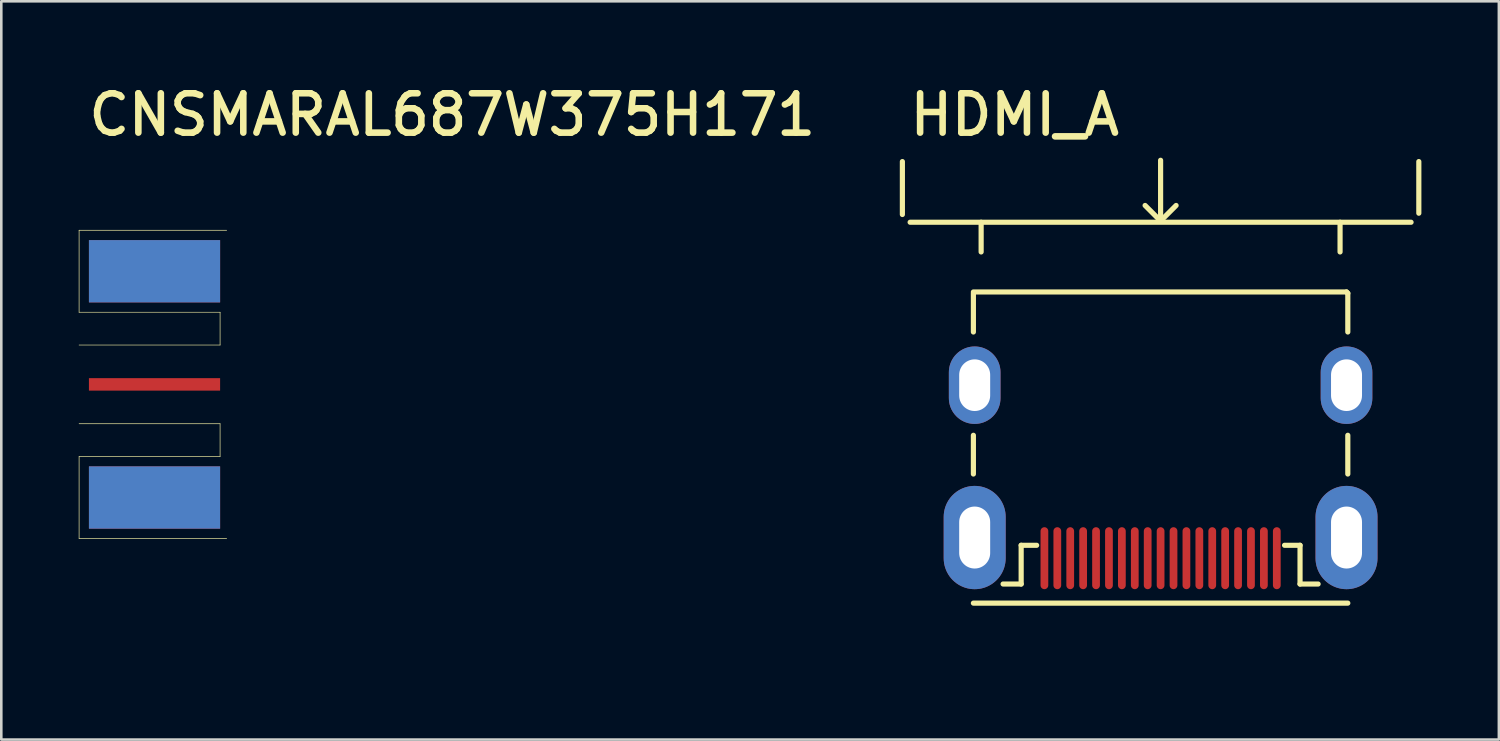
<source format=kicad_pcb>
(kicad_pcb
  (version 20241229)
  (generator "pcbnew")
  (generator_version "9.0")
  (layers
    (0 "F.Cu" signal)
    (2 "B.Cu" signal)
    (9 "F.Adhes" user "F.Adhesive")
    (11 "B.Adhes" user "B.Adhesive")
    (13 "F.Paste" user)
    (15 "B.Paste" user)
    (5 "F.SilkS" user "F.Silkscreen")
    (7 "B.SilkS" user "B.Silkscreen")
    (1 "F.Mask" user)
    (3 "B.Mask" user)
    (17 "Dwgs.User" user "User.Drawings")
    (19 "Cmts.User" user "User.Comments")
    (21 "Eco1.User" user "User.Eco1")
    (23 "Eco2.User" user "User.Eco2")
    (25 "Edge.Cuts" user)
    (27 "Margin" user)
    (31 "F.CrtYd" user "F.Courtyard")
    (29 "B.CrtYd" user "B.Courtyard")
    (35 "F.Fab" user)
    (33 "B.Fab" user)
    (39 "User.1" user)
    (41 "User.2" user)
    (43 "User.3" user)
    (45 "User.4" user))
  (footprint "HDMI_A"
    (layer "F.Cu")
    (at 41.896 18.567)
    (property "Reference" "HDMI_A" (at -9.843 -16.281 0) (unlocked yes) (layer "F.SilkS") (effects (font (size 1.524 1.524) (thickness 0.254)) (justify left bottom)))
    (fp_line (start -10 -13.31) (end -10 -15.36) (stroke (width 0.2) (type solid)) (layer "F.SilkS"))
    (fp_line (start -9.7 -13.01) (end 9.7 -13.01) (stroke (width 0.2) (type solid)) (layer "F.SilkS"))
    (fp_line (start -7.25 -10.31) (end 7.2 -10.31) (stroke (width 0.2) (type solid)) (layer "F.SilkS"))
    (fp_line (start -7.25 -8.76) (end -7.25 -10.26) (stroke (width 0.2) (type solid)) (layer "F.SilkS"))
    (fp_line (start -7.25 -3.26) (end -7.25 -4.76) (stroke (width 0.2) (type solid)) (layer "F.SilkS"))
    (fp_line (start -7.25 1.74) (end 7.25 1.74) (stroke (width 0.2) (type solid)) (layer "F.SilkS"))
    (fp_line (start -6.95 -11.86) (end -6.95 -13.01) (stroke (width 0.2) (type solid)) (layer "F.SilkS"))
    (fp_line (start -6.1 1) (end -5.4 1) (stroke (width 0.2) (type solid)) (layer "F.SilkS"))
    (fp_line (start -5.4 -0.5) (end -4.8 -0.5) (stroke (width 0.2) (type solid)) (layer "F.SilkS"))
    (fp_line (start -5.4 1) (end -5.4 -0.5) (stroke (width 0.2) (type solid)) (layer "F.SilkS"))
    (fp_line (start -0.6 -13.66) (end 0.000011 -13.06) (stroke (width 0.2) (type solid)) (layer "F.SilkS"))
    (fp_line (start 0.000011 -13.06) (end 0.000011 -15.41) (stroke (width 0.2) (type solid)) (layer "F.SilkS"))
    (fp_line (start 0.000011 -13.06) (end 0.6 -13.66) (stroke (width 0.2) (type solid)) (layer "F.SilkS"))
    (fp_line (start 4.8 -0.5) (end 5.4 -0.5) (stroke (width 0.2) (type solid)) (layer "F.SilkS"))
    (fp_line (start 5.4 1) (end 5.4 -0.5) (stroke (width 0.2) (type solid)) (layer "F.SilkS"))
    (fp_line (start 5.4 1) (end 6.1 1) (stroke (width 0.2) (type solid)) (layer "F.SilkS"))
    (fp_line (start 6.95 -11.86) (end 6.95 -13.01) (stroke (width 0.2) (type solid)) (layer "F.SilkS"))
    (fp_line (start 7.2 -10.31) (end 7.25 -10.26) (stroke (width 0.2) (type solid)) (layer "F.SilkS"))
    (fp_line (start 7.25 -4.76) (end 7.25 -3.26) (stroke (width 0.2) (type solid)) (layer "F.SilkS"))
    (fp_line (start 7.25 -8.76) (end 7.25 -10.26) (stroke (width 0.2) (type solid)) (layer "F.SilkS"))
    (fp_line (start 10 -13.36) (end 10 -15.36) (stroke (width 0.2) (type solid)) (layer "F.SilkS"))
    (fp_text user "${REFERENCE}" (at -4.1 -6.46 270) (unlocked yes) (layer "Eco1.User") (effects (font (size 1.524 1.524) (thickness 0.254))))
    (pad "1" smd oval (at -4.5 0) (size 0.3 2.4) (layers "F.Cu" "F.Mask" "F.Paste"))
    (pad "2" smd oval (at -4 0) (size 0.3 2.4) (layers "F.Cu" "F.Mask" "F.Paste"))
    (pad "3" smd oval (at -3.5 0) (size 0.3 2.4) (layers "F.Cu" "F.Mask" "F.Paste"))
    (pad "4" smd oval (at -3 0) (size 0.3 2.4) (layers "F.Cu" "F.Mask" "F.Paste"))
    (pad "5" smd oval (at -2.5 0) (size 0.3 2.4) (layers "F.Cu" "F.Mask" "F.Paste"))
    (pad "6" smd oval (at -2 0) (size 0.3 2.4) (layers "F.Cu" "F.Mask" "F.Paste"))
    (pad "7" smd oval (at -1.5 0) (size 0.3 2.4) (layers "F.Cu" "F.Mask" "F.Paste"))
    (pad "8" smd oval (at -1 0) (size 0.3 2.4) (layers "F.Cu" "F.Mask" "F.Paste"))
    (pad "9" smd oval (at -0.5 0) (size 0.3 2.4) (layers "F.Cu" "F.Mask" "F.Paste"))
    (pad "10" smd oval (at 0 0) (size 0.3 2.4) (layers "F.Cu" "F.Mask" "F.Paste"))
    (pad "11" smd oval (at 0.5 0) (size 0.3 2.4) (layers "F.Cu" "F.Mask" "F.Paste"))
    (pad "12" smd oval (at 1 0) (size 0.3 2.4) (layers "F.Cu" "F.Mask" "F.Paste"))
    (pad "13" smd oval (at 1.5 0) (size 0.3 2.4) (layers "F.Cu" "F.Mask" "F.Paste"))
    (pad "14" smd oval (at 2 0) (size 0.3 2.4) (layers "F.Cu" "F.Mask" "F.Paste"))
    (pad "15" smd oval (at 2.5 0) (size 0.3 2.4) (layers "F.Cu" "F.Mask" "F.Paste"))
    (pad "16" smd oval (at 3 0) (size 0.3 2.4) (layers "F.Cu" "F.Mask" "F.Paste"))
    (pad "17" smd oval (at 3.5 0) (size 0.3 2.4) (layers "F.Cu" "F.Mask" "F.Paste"))
    (pad "18" smd oval (at 4 0) (size 0.3 2.4) (layers "F.Cu" "F.Mask" "F.Paste"))
    (pad "19" smd oval (at 4.5 0) (size 0.3 2.4) (layers "F.Cu" "F.Mask" "F.Paste"))
    (pad "SH1" thru_hole oval (at -7.2 -0.8) (size 2.4 4) (drill oval 1.2 2.4) (layers "*.Cu" "*.Mask"))
    (pad "SH2" thru_hole oval (at 7.2 -0.8 180) (size 2.4 4) (drill oval 1.2 2.4) (layers "*.Cu" "*.Mask"))
    (pad "SH3" thru_hole oval (at -7.2 -6.7) (size 2 3) (drill oval 1.2 2) (layers "*.Cu" "*.Mask"))
    (pad "SH4" thru_hole oval (at 7.2 -6.7) (size 2 3) (drill oval 1.2 2) (layers "*.Cu" "*.Mask")))
  (footprint "CNSMARAL687W375H171"
    (layer "F.Cu")
    (at 2.87 11.836)
    (property "Reference" "CNSMARAL687W375H171" (at -2.616 -9.55 0) (unlocked yes) (layer "F.SilkS") (effects (font (size 1.524 1.524) (thickness 0.254)) (justify left bottom)))
    (fp_line (start -2.857 -5.969) (end 2.857 -5.969) (stroke (width 0.025) (type solid)) (layer "F.SilkS"))
    (fp_line (start -2.857 -2.794) (end -2.857 -5.969) (stroke (width 0.025) (type solid)) (layer "F.SilkS"))
    (fp_line (start -2.857 -2.794) (end 2.603 -2.794) (stroke (width 0.025) (type solid)) (layer "F.SilkS"))
    (fp_line (start -2.857 -1.524) (end 2.603 -1.524) (stroke (width 0.025) (type solid)) (layer "F.SilkS"))
    (fp_line (start -2.857 1.524) (end 2.603 1.524) (stroke (width 0.025) (type solid)) (layer "F.SilkS"))
    (fp_line (start -2.857 2.794) (end 2.603 2.794) (stroke (width 0.025) (type solid)) (layer "F.SilkS"))
    (fp_line (start -2.857 5.969) (end -2.857 2.794) (stroke (width 0.025) (type solid)) (layer "F.SilkS"))
    (fp_line (start -2.857 5.969) (end 2.857 5.969) (stroke (width 0.025) (type solid)) (layer "F.SilkS"))
    (fp_line (start 2.603 -1.524) (end 2.603 -2.794) (stroke (width 0.025) (type solid)) (layer "F.SilkS"))
    (fp_line (start 2.603 2.794) (end 2.603 1.524) (stroke (width 0.025) (type solid)) (layer "F.SilkS"))
    (fp_line (start -1.892 -4.763) (end 4.508 -4.763) (stroke (width 0.025) (type solid)) (layer "Eco1.User"))
    (fp_line (start -1.892 -3.747) (end -1.892 -4.763) (stroke (width 0.025) (type solid)) (layer "Eco1.User"))
    (fp_line (start -1.892 -3.747) (end 2.857 -3.747) (stroke (width 0.025) (type solid)) (layer "Eco1.User"))
    (fp_line (start -1.892 -0.381) (end 2.857 -0.381) (stroke (width 0.025) (type solid)) (layer "Eco1.User"))
    (fp_line (start -1.892 -0.381) (end 2.857 -0.381) (stroke (width 0.025) (type solid)) (layer "Eco1.User"))
    (fp_line (start -1.892 0.381) (end -1.892 -0.381) (stroke (width 0.025) (type solid)) (layer "Eco1.User"))
    (fp_line (start -1.892 0.381) (end 2.857 0.381) (stroke (width 0.025) (type solid)) (layer "Eco1.User"))
    (fp_line (start -1.892 0.381) (end 2.857 0.381) (stroke (width 0.025) (type solid)) (layer "Eco1.User"))
    (fp_line (start -1.892 3.747) (end 2.857 3.747) (stroke (width 0.025) (type solid)) (layer "Eco1.User"))
    (fp_line (start -1.892 4.763) (end -1.892 3.747) (stroke (width 0.025) (type solid)) (layer "Eco1.User"))
    (fp_line (start -1.892 4.763) (end 2.857 4.763) (stroke (width 0.025) (type solid)) (layer "Eco1.User"))
    (fp_line (start -1.892 4.763) (end 4.508 4.763) (stroke (width 0.025) (type solid)) (layer "Eco1.User"))
    (fp_line (start 2.857 -0.381) (end 2.857 -3.747) (stroke (width 0.025) (type solid)) (layer "Eco1.User"))
    (fp_line (start 2.857 -0.381) (end 2.857 -0.635) (stroke (width 0.025) (type solid)) (layer "Eco1.User"))
    (fp_line (start 2.857 3.747) (end 2.857 0.381) (stroke (width 0.025) (type solid)) (layer "Eco1.User"))
    (fp_line (start 2.857 6.774) (end 4.072 8.275) (stroke (width 0.025) (type solid)) (layer "Eco1.User"))
    (fp_line (start 2.857 6.774) (end 4.493 7.8) (stroke (width 0.025) (type solid)) (layer "Eco1.User"))
    (fp_line (start 2.857 6.774) (end 5.245 8.89) (stroke (width 0.025) (type solid)) (layer "Eco1.User"))
    (fp_line (start 2.857 7.62) (end 2.857 -7.62) (stroke (width 0.025) (type solid)) (layer "Eco1.User"))
    (fp_line (start 4.072 8.275) (end 4.493 7.8) (stroke (width 0.025) (type solid)) (layer "Eco1.User"))
    (fp_line (start 4.508 -2.54) (end 5.905 -2.54) (stroke (width 0.025) (type solid)) (layer "Eco1.User"))
    (fp_line (start 4.508 2.54) (end 5.905 2.54) (stroke (width 0.025) (type solid)) (layer "Eco1.User"))
    (fp_line (start 4.508 4.763) (end 4.508 -4.763) (stroke (width 0.025) (type solid)) (layer "Eco1.User"))
    (fp_line (start 5.245 8.89) (end 7.785 8.89) (stroke (width 0.025) (type solid)) (layer "Eco1.User"))
    (fp_line (start 5.905 -2.54) (end 6.54 -3.175) (stroke (width 0.025) (type solid)) (layer "Eco1.User"))
    (fp_line (start 5.905 -1.905) (end 5.905 -2.54) (stroke (width 0.025) (type solid)) (layer "Eco1.User"))
    (fp_line (start 5.905 2.54) (end 5.905 -1.905) (stroke (width 0.025) (type solid)) (layer "Eco1.User"))
    (fp_line (start 5.905 2.54) (end 6.54 3.175) (stroke (width 0.025) (type solid)) (layer "Eco1.User"))
    (fp_line (start 6.54 -3.175) (end 7.176 -2.52) (stroke (width 0.025) (type solid)) (layer "Eco1.User"))
    (fp_line (start 6.54 -3.175) (end 7.176 2.522) (stroke (width 0.025) (type solid)) (layer "Eco1.User"))
    (fp_line (start 6.54 3.175) (end 6.54 -3.175) (stroke (width 0.025) (type solid)) (layer "Eco1.User"))
    (fp_line (start 6.54 3.175) (end 7.176 2.522) (stroke (width 0.025) (type solid)) (layer "Eco1.User"))
    (fp_line (start 7.176 -2.52) (end 7.684 -3.175) (stroke (width 0.025) (type solid)) (layer "Eco1.User"))
    (fp_line (start 7.176 2.522) (end 7.176 -2.52) (stroke (width 0.025) (type solid)) (layer "Eco1.User"))
    (fp_line (start 7.176 2.522) (end 7.684 -3.175) (stroke (width 0.025) (type solid)) (layer "Eco1.User"))
    (fp_line (start 7.176 2.522) (end 7.684 3.175) (stroke (width 0.025) (type solid)) (layer "Eco1.User"))
    (fp_line (start 7.684 -5.524) (end 8.191 -5.524) (stroke (width 0.025) (type solid)) (layer "Eco1.User"))
    (fp_line (start 7.684 5.524) (end 7.684 -5.524) (stroke (width 0.025) (type solid)) (layer "Eco1.User"))
    (fp_line (start 7.684 5.524) (end 8.191 5.524) (stroke (width 0.025) (type solid)) (layer "Eco1.User"))
    (fp_line (start 8.191 5.524) (end 8.191 -5.524) (stroke (width 0.025) (type solid)) (layer "Eco1.User"))
    (fp_line (start 8.572 -5.016) (end 9.207 -5.016) (stroke (width 0.025) (type solid)) (layer "Eco1.User"))
    (fp_line (start 8.572 -2.667) (end 9.207 -2.667) (stroke (width 0.025) (type solid)) (layer "Eco1.User"))
    (fp_line (start 8.572 2.667) (end 9.207 2.667) (stroke (width 0.025) (type solid)) (layer "Eco1.User"))
    (fp_line (start 8.572 5.016) (end 9.207 5.016) (stroke (width 0.025) (type solid)) (layer "Eco1.User"))
    (fp_line (start 9.355 -2.959) (end 9.716 -2.54) (stroke (width 0.025) (type solid)) (layer "Eco1.User"))
    (fp_line (start 9.37 2.997) (end 9.716 2.54) (stroke (width 0.025) (type solid)) (layer "Eco1.User"))
    (fp_line (start 9.716 -2.54) (end 10.351 -3.175) (stroke (width 0.025) (type solid)) (layer "Eco1.User"))
    (fp_line (start 9.716 2.54) (end 9.716 -2.54) (stroke (width 0.025) (type solid)) (layer "Eco1.User"))
    (fp_line (start 9.716 2.54) (end 10.351 -3.175) (stroke (width 0.025) (type solid)) (layer "Eco1.User"))
    (fp_line (start 9.716 2.54) (end 10.351 3.175) (stroke (width 0.025) (type solid)) (layer "Eco1.User"))
    (fp_line (start 10.351 -3.175) (end 10.986 -2.52) (stroke (width 0.025) (type solid)) (layer "Eco1.User"))
    (fp_line (start 10.351 -3.175) (end 10.986 2.522) (stroke (width 0.025) (type solid)) (layer "Eco1.User"))
    (fp_line (start 10.351 3.175) (end 10.351 -3.175) (stroke (width 0.025) (type solid)) (layer "Eco1.User"))
    (fp_line (start 10.351 3.175) (end 10.986 2.522) (stroke (width 0.025) (type solid)) (layer "Eco1.User"))
    (fp_line (start 10.986 -2.52) (end 11.493 -3.172) (stroke (width 0.025) (type solid)) (layer "Eco1.User"))
    (fp_line (start 10.986 -2.52) (end 11.493 3.188) (stroke (width 0.025) (type solid)) (layer "Eco1.User"))
    (fp_line (start 10.986 2.522) (end 10.986 -2.52) (stroke (width 0.025) (type solid)) (layer "Eco1.User"))
    (fp_line (start 10.986 2.522) (end 11.493 3.188) (stroke (width 0.025) (type solid)) (layer "Eco1.User"))
    (fp_line (start 11.493 -3.172) (end 12.002 -2.535) (stroke (width 0.025) (type solid)) (layer "Eco1.User"))
    (fp_line (start 11.493 -3.172) (end 12.002 2.522) (stroke (width 0.025) (type solid)) (layer "Eco1.User"))
    (fp_line (start 11.493 3.188) (end 11.493 -3.172) (stroke (width 0.025) (type solid)) (layer "Eco1.User"))
    (fp_line (start 11.493 3.188) (end 12.002 2.522) (stroke (width 0.025) (type solid)) (layer "Eco1.User"))
    (fp_line (start 12.002 -2.535) (end 12.509 -3.162) (stroke (width 0.025) (type solid)) (layer "Eco1.User"))
    (fp_line (start 12.002 -2.535) (end 12.509 3.155) (stroke (width 0.025) (type solid)) (layer "Eco1.User"))
    (fp_line (start 12.002 2.522) (end 12.002 -2.535) (stroke (width 0.025) (type solid)) (layer "Eco1.User"))
    (fp_line (start 12.002 2.522) (end 12.509 3.155) (stroke (width 0.025) (type solid)) (layer "Eco1.User"))
    (fp_line (start 12.509 -3.162) (end 13.018 -2.53) (stroke (width 0.025) (type solid)) (layer "Eco1.User"))
    (fp_line (start 12.509 -3.162) (end 13.018 2.522) (stroke (width 0.025) (type solid)) (layer "Eco1.User"))
    (fp_line (start 12.509 3.155) (end 12.509 -3.162) (stroke (width 0.025) (type solid)) (layer "Eco1.User"))
    (fp_line (start 12.509 3.155) (end 13.018 2.522) (stroke (width 0.025) (type solid)) (layer "Eco1.User"))
    (fp_line (start 13.018 -2.53) (end 13.525 -3.18) (stroke (width 0.025) (type solid)) (layer "Eco1.User"))
    (fp_line (start 13.018 -2.53) (end 13.525 3.155) (stroke (width 0.025) (type solid)) (layer "Eco1.User"))
    (fp_line (start 13.018 2.522) (end 13.018 -2.53) (stroke (width 0.025) (type solid)) (layer "Eco1.User"))
    (fp_line (start 13.018 2.522) (end 13.525 3.155) (stroke (width 0.025) (type solid)) (layer "Eco1.User"))
    (fp_line (start 13.525 -3.18) (end 14.034 -2.53) (stroke (width 0.025) (type solid)) (layer "Eco1.User"))
    (fp_line (start 13.525 -3.18) (end 14.034 2.522) (stroke (width 0.025) (type solid)) (layer "Eco1.User"))
    (fp_line (start 13.525 3.155) (end 13.525 -3.18) (stroke (width 0.025) (type solid)) (layer "Eco1.User"))
    (fp_line (start 13.525 3.155) (end 14.034 2.522) (stroke (width 0.025) (type solid)) (layer "Eco1.User"))
    (fp_line (start 14.034 -2.53) (end 15.557 -2.54) (stroke (width 0.025) (type solid)) (layer "Eco1.User"))
    (fp_line (start 14.034 2.522) (end 14.034 -2.53) (stroke (width 0.025) (type solid)) (layer "Eco1.User"))
    (fp_line (start 14.034 2.522) (end 15.557 2.522) (stroke (width 0.025) (type solid)) (layer "Eco1.User"))
    (fp_line (start 15.557 2.522) (end 15.557 -2.54) (stroke (width 0.025) (type solid)) (layer "Eco1.User"))
    (fp_circle (center 0.318 0) (end 0.318 -0.254) (stroke (width 0.025) (type solid)) (fill no) (layer "User.9"))
    (fp_text user "200X95B" (at 3.162 10.583 0) (unlocked yes) (layer "Eco1.User") (effects (font (size 0.762 0.762) (thickness 0.079) (bold yes)) (justify left bottom)))
    (fp_text user "ADI/JRBL" (at -1.726 0 90) (unlocked yes) (layer "Eco1.User") (effects (font (size 0.762 0.762) (thickness 0.058) (bold yes)) (justify left bottom)))
    (fp_text user "N/A" (at 1.791 0 90) (unlocked yes) (layer "Eco1.User") (effects (font (size 0.762 0.762) (thickness 0.041) (bold yes)) (justify left bottom)))
    (fp_text user "JCCEM001" (at 2.06 0 90) (unlocked yes) (layer "Eco1.User") (effects (font (size 0.762 0.762) (thickness 0.041) (bold yes)) (justify left bottom)))
    (fp_text user "26JUL16" (at 19.803 0 90) (unlocked yes) (layer "Eco1.User") (effects (font (size 0.762 0.762) (thickness 0.058) (bold yes)) (justify left bottom)))
    (fp_text user "UPN" (at 2.791 0 90) (unlocked yes) (layer "Eco1.User") (effects (font (size 0.762 0.762) (thickness 0.041) (bold yes)) (justify left bottom)))
    (fp_text user "200X90" (at 2.756 7.535 0) (unlocked yes) (layer "Eco1.User") (effects (font (size 0.762 0.762) (thickness 0.079) (bold yes)) (justify left bottom)))
    (fp_text user "CNSMARAL687W375H171" (at 8.039 -7.959 0) (unlocked yes) (layer "Eco1.User") (effects (font (size 0.762 0.762) (thickness 0.079) (bold yes)) (justify left bottom)))
    (fp_text user "25JUL16" (at -1.025 0 90) (unlocked yes) (layer "Eco1.User") (effects (font (size 0.762 0.762) (thickness 0.058) (bold yes)) (justify left bottom)))
    (fp_text user "4" (at 0.374 4.665 0) (unlocked yes) (layer "Eco1.User") (effects (font (size 0.762 0.762) (thickness 0.041) (bold yes)) (justify left bottom)))
    (fp_text user "1" (at 0.337 0.322 0) (unlocked yes) (layer "Eco1.User") (effects (font (size 0.762 0.762) (thickness 0.041) (bold yes)) (justify left bottom)))
    (fp_text user "5" (at 0.374 4.665 0) (unlocked yes) (layer "Eco1.User") (effects (font (size 0.762 0.762) (thickness 0.041) (bold yes)) (justify left bottom)))
    (fp_text user "3" (at 0.242 -3.984 0) (unlocked yes) (layer "Eco1.User") (effects (font (size 0.762 0.762) (thickness 0.041) (bold yes)) (justify left bottom)))
    (fp_text user "PCB EDGE" (at 12.357 9.144 0) (unlocked yes) (layer "Eco1.User") (effects (font (size 0.762 0.762) (thickness 0.041) (bold yes)) (justify left bottom)))
    (fp_text user "200X95" (at 2.756 9.059 0) (unlocked yes) (layer "Eco1.User") (effects (font (size 0.762 0.762) (thickness 0.079) (bold yes)) (justify left bottom)))
    (fp_text user "2" (at 0.242 -3.984 0) (unlocked yes) (layer "Eco1.User") (effects (font (size 0.762 0.762) (thickness 0.041) (bold yes)) (justify left bottom)))
    (fp_text user "QA/RGS" (at 18.472 0 90) (unlocked yes) (layer "Eco1.User") (effects (font (size 0.762 0.762) (thickness 0.058) (bold yes)) (justify left bottom)))
    (pad "1" smd rect (at 0.064 0 180) (size 5.08 0.483) (layers "F.Cu" "F.Mask" "F.Paste"))
    (pad "2" smd rect (at 0.064 -4.381 180) (size 5.08 2.413) (layers "F.Cu" "F.Mask" "F.Paste"))
    (pad "3" smd rect (at 0.064 -4.381 180) (size 5.08 2.413) (layers "B.Cu" "B.Mask" "B.Paste"))
    (pad "4" smd rect (at 0.064 4.381 180) (size 5.08 2.413) (layers "F.Cu" "F.Mask" "F.Paste"))
    (pad "5" smd rect (at 0.064 4.381 180) (size 5.08 2.413) (layers "B.Cu" "B.Mask" "B.Paste")))
  (gr_rect
    (start -3 -3)
    (end 54.996 25.59)
    (stroke (width 0.1) (type default))
    (fill no)
    (layer "Edge.Cuts")))
</source>
